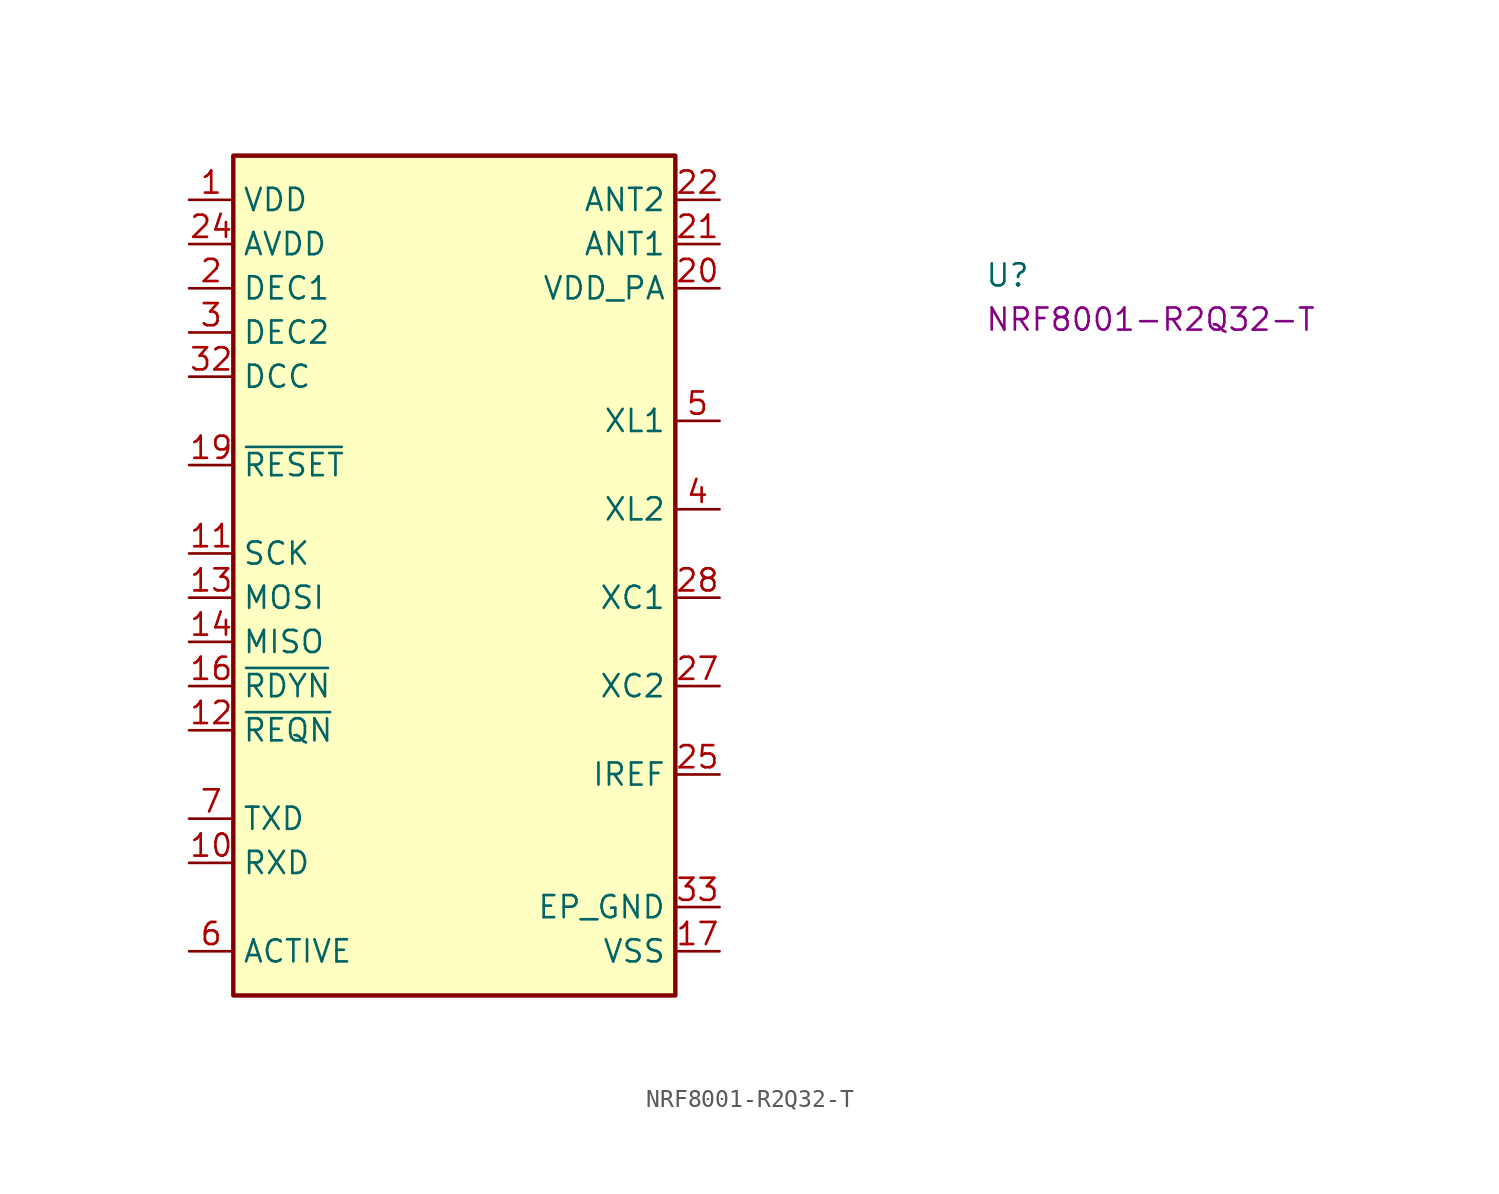
<source format=kicad_sym>
(kicad_symbol_lib
  (version 20220914)
  (generator kicad_symbol_editor)
  (symbol "NRF8001-R2Q32-T"
    (property "Reference" "U"
      (at 45.72 -5.08 0)
      (effects (font (size 1.27 1.27) (thickness 0.15)) (justify left bottom)))
    (property "MPN" "NRF8001-R2Q32-T"
      (at 45.72 -7.62 0)
      (effects (font (size 1.27 1.27) (thickness 0.15)) (justify left bottom)))
    (symbol "NRF8001-R2Q32-T_1_1"
      (rectangle (start 2.54 2.54) (end 27.94 -45.72) (stroke (width 0.254) (type default)) (fill (type background)))
      (pin power_in line (at 0 0 0) (length 2.54) (name "VDD" (effects (font (size 1.27 1.27)))) (number "1" (effects (font (size 1.27 1.27)))))
      (pin input line (at 0 -38.1 0) (length 2.54) (name "RXD" (effects (font (size 1.27 1.27)))) (number "10" (effects (font (size 1.27 1.27)))))
      (pin input line (at 0 -20.32 0) (length 2.54) (name "SCK" (effects (font (size 1.27 1.27)))) (number "11" (effects (font (size 1.27 1.27)))))
      (pin input line (at 0 -30.48 0) (length 2.54) (name "~{REQN}" (effects (font (size 1.27 1.27)))) (number "12" (effects (font (size 1.27 1.27)))))
      (pin input line (at 0 -22.86 0) (length 2.54) (name "MOSI" (effects (font (size 1.27 1.27)))) (number "13" (effects (font (size 1.27 1.27)))))
      (pin output line (at 0 -25.4 0) (length 2.54) (name "MISO" (effects (font (size 1.27 1.27)))) (number "14" (effects (font (size 1.27 1.27)))))
      (pin no_connect line (at 27.94 -35.56 180) (length 2.54) hide (name "NC" (effects (font (size 1.27 1.27)))) (number "15" (effects (font (size 1.27 1.27)))))
      (pin output line (at 0 -27.94 0) (length 2.54) (name "~{RDYN}" (effects (font (size 1.27 1.27)))) (number "16" (effects (font (size 1.27 1.27)))))
      (pin power_in line (at 30.48 -43.18 180) (length 2.54) (name "VSS" (effects (font (size 1.27 1.27)))) (number "17" (effects (font (size 1.27 1.27)))))
      (pin passive line (at 30.48 -43.18 180) (length 2.54) hide (name "VSS" (effects (font (size 1.27 1.27)))) (number "18" (effects (font (size 1.27 1.27)))))
      (pin input line (at 0 -15.24 0) (length 2.54) (name "~{RESET}" (effects (font (size 1.27 1.27)))) (number "19" (effects (font (size 1.27 1.27)))))
      (pin passive line (at 0 -5.08 0) (length 2.54) (name "DEC1" (effects (font (size 1.27 1.27)))) (number "2" (effects (font (size 1.27 1.27)))))
      (pin power_out line (at 30.48 -5.08 180) (length 2.54) (name "VDD_PA" (effects (font (size 1.27 1.27)))) (number "20" (effects (font (size 1.27 1.27)))))
      (pin input line (at 30.48 -2.54 180) (length 2.54) (name "ANT1" (effects (font (size 1.27 1.27)))) (number "21" (effects (font (size 1.27 1.27)))))
      (pin input line (at 30.48 0 180) (length 2.54) (name "ANT2" (effects (font (size 1.27 1.27)))) (number "22" (effects (font (size 1.27 1.27)))))
      (pin passive line (at 30.48 -43.18 180) (length 2.54) hide (name "VSS" (effects (font (size 1.27 1.27)))) (number "23" (effects (font (size 1.27 1.27)))))
      (pin power_in line (at 0 -2.54 0) (length 2.54) (name "AVDD" (effects (font (size 1.27 1.27)))) (number "24" (effects (font (size 1.27 1.27)))))
      (pin passive line (at 30.48 -33.02 180) (length 2.54) (name "IREF" (effects (font (size 1.27 1.27)))) (number "25" (effects (font (size 1.27 1.27)))))
      (pin passive line (at 0 -2.54 0) (length 2.54) hide (name "AVDD" (effects (font (size 1.27 1.27)))) (number "26" (effects (font (size 1.27 1.27)))))
      (pin output line (at 30.48 -27.94 180) (length 2.54) (name "XC2" (effects (font (size 1.27 1.27)))) (number "27" (effects (font (size 1.27 1.27)))))
      (pin input line (at 30.48 -22.86 180) (length 2.54) (name "XC1" (effects (font (size 1.27 1.27)))) (number "28" (effects (font (size 1.27 1.27)))))
      (pin passive line (at 0 -2.54 0) (length 2.54) hide (name "AVDD" (effects (font (size 1.27 1.27)))) (number "29" (effects (font (size 1.27 1.27)))))
      (pin passive line (at 0 -7.62 0) (length 2.54) (name "DEC2" (effects (font (size 1.27 1.27)))) (number "3" (effects (font (size 1.27 1.27)))))
      (pin passive line (at 30.48 -43.18 180) (length 2.54) hide (name "VSS" (effects (font (size 1.27 1.27)))) (number "30" (effects (font (size 1.27 1.27)))))
      (pin passive line (at 30.48 -43.18 180) (length 2.54) hide (name "VSS" (effects (font (size 1.27 1.27)))) (number "31" (effects (font (size 1.27 1.27)))))
      (pin output line (at 0 -10.16 0) (length 2.54) (name "DCC" (effects (font (size 1.27 1.27)))) (number "32" (effects (font (size 1.27 1.27)))))
      (pin power_in line (at 30.48 -40.64 180) (length 2.54) (name "EP_GND" (effects (font (size 1.27 1.27)))) (number "33" (effects (font (size 1.27 1.27)))))
      (pin output line (at 30.48 -17.78 180) (length 2.54) (name "XL2" (effects (font (size 1.27 1.27)))) (number "4" (effects (font (size 1.27 1.27)))))
      (pin input line (at 30.48 -12.7 180) (length 2.54) (name "XL1" (effects (font (size 1.27 1.27)))) (number "5" (effects (font (size 1.27 1.27)))))
      (pin output line (at 0 -43.18 0) (length 2.54) (name "ACTIVE" (effects (font (size 1.27 1.27)))) (number "6" (effects (font (size 1.27 1.27)))))
      (pin output line (at 0 -35.56 0) (length 2.54) (name "TXD" (effects (font (size 1.27 1.27)))) (number "7" (effects (font (size 1.27 1.27)))))
      (pin passive line (at 30.48 -43.18 180) (length 2.54) hide (name "VSS" (effects (font (size 1.27 1.27)))) (number "8" (effects (font (size 1.27 1.27)))))
      (pin passive line (at 0 0 0) (length 2.54) hide (name "VDD" (effects (font (size 1.27 1.27)))) (number "9" (effects (font (size 1.27 1.27))))))))
</source>
